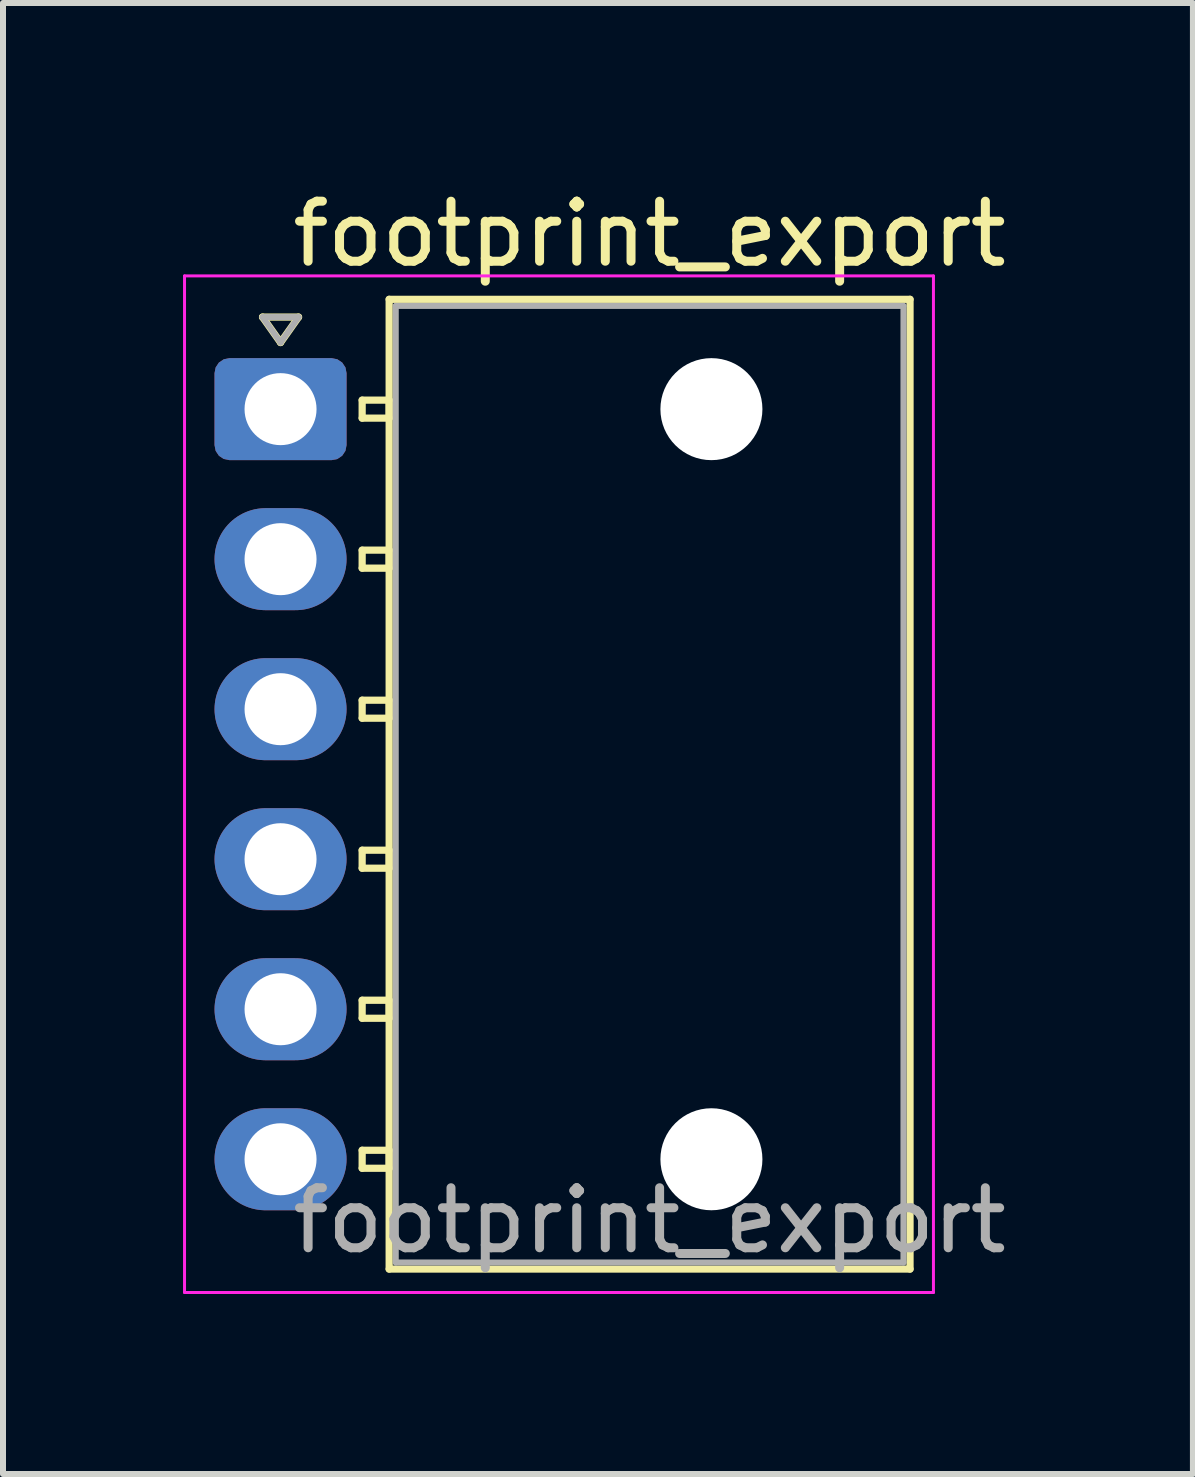
<source format=kicad_pcb>
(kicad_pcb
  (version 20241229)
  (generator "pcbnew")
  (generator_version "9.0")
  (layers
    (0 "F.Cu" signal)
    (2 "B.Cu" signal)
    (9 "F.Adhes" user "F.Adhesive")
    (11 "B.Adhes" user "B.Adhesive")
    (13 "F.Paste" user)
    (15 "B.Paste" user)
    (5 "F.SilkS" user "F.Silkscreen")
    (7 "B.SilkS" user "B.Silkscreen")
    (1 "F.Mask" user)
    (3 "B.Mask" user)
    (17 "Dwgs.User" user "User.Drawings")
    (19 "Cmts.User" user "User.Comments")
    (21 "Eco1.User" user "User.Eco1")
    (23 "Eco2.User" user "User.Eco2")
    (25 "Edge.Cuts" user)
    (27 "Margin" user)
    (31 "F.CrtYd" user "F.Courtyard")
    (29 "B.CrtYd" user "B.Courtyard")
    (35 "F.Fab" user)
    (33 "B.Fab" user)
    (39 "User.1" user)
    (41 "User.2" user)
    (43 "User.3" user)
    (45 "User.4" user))
  (footprint "footprint_export"
    (layer "F.Cu")
    (at 1.625 3.768)
    (property "Reference" "footprint_export" (at 6.15 -2.92 0) (layer "F.SilkS") (effects (font (size 1 1) (thickness 0.15))))
    (attr through_hole)
    (fp_line (start -0.3 -1.534) (end 0 -1.11) (stroke (width 0.12) (type solid)) (layer "F.SilkS"))
    (fp_line (start 0 -1.11) (end 0.3 -1.534) (stroke (width 0.12) (type solid)) (layer "F.SilkS"))
    (fp_line (start 0.3 -1.534) (end -0.3 -1.534) (stroke (width 0.12) (type solid)) (layer "F.SilkS"))
    (fp_line (start 1.36 -0.15) (end 1.36 0.15) (stroke (width 0.12) (type solid)) (layer "F.SilkS"))
    (fp_line (start 1.36 0.15) (end 1.81 0.15) (stroke (width 0.12) (type solid)) (layer "F.SilkS"))
    (fp_line (start 1.36 2.35) (end 1.36 2.65) (stroke (width 0.12) (type solid)) (layer "F.SilkS"))
    (fp_line (start 1.36 2.65) (end 1.81 2.65) (stroke (width 0.12) (type solid)) (layer "F.SilkS"))
    (fp_line (start 1.36 4.85) (end 1.36 5.15) (stroke (width 0.12) (type solid)) (layer "F.SilkS"))
    (fp_line (start 1.36 5.15) (end 1.81 5.15) (stroke (width 0.12) (type solid)) (layer "F.SilkS"))
    (fp_line (start 1.36 7.35) (end 1.36 7.65) (stroke (width 0.12) (type solid)) (layer "F.SilkS"))
    (fp_line (start 1.36 7.65) (end 1.81 7.65) (stroke (width 0.12) (type solid)) (layer "F.SilkS"))
    (fp_line (start 1.36 9.85) (end 1.36 10.15) (stroke (width 0.12) (type solid)) (layer "F.SilkS"))
    (fp_line (start 1.36 10.15) (end 1.81 10.15) (stroke (width 0.12) (type solid)) (layer "F.SilkS"))
    (fp_line (start 1.36 12.35) (end 1.36 12.65) (stroke (width 0.12) (type solid)) (layer "F.SilkS"))
    (fp_line (start 1.36 12.65) (end 1.81 12.65) (stroke (width 0.12) (type solid)) (layer "F.SilkS"))
    (fp_line (start 1.81 -1.83) (end 1.81 14.33) (stroke (width 0.12) (type solid)) (layer "F.SilkS"))
    (fp_line (start 1.81 -0.15) (end 1.36 -0.15) (stroke (width 0.12) (type solid)) (layer "F.SilkS"))
    (fp_line (start 1.81 0.15) (end 1.81 -0.15) (stroke (width 0.12) (type solid)) (layer "F.SilkS"))
    (fp_line (start 1.81 2.35) (end 1.36 2.35) (stroke (width 0.12) (type solid)) (layer "F.SilkS"))
    (fp_line (start 1.81 2.65) (end 1.81 2.35) (stroke (width 0.12) (type solid)) (layer "F.SilkS"))
    (fp_line (start 1.81 4.85) (end 1.36 4.85) (stroke (width 0.12) (type solid)) (layer "F.SilkS"))
    (fp_line (start 1.81 5.15) (end 1.81 4.85) (stroke (width 0.12) (type solid)) (layer "F.SilkS"))
    (fp_line (start 1.81 7.35) (end 1.36 7.35) (stroke (width 0.12) (type solid)) (layer "F.SilkS"))
    (fp_line (start 1.81 7.65) (end 1.81 7.35) (stroke (width 0.12) (type solid)) (layer "F.SilkS"))
    (fp_line (start 1.81 9.85) (end 1.36 9.85) (stroke (width 0.12) (type solid)) (layer "F.SilkS"))
    (fp_line (start 1.81 10.15) (end 1.81 9.85) (stroke (width 0.12) (type solid)) (layer "F.SilkS"))
    (fp_line (start 1.81 12.35) (end 1.36 12.35) (stroke (width 0.12) (type solid)) (layer "F.SilkS"))
    (fp_line (start 1.81 12.65) (end 1.81 12.35) (stroke (width 0.12) (type solid)) (layer "F.SilkS"))
    (fp_line (start 1.81 14.33) (end 10.49 14.33) (stroke (width 0.12) (type solid)) (layer "F.SilkS"))
    (fp_line (start 10.49 -1.83) (end 1.81 -1.83) (stroke (width 0.12) (type solid)) (layer "F.SilkS"))
    (fp_line (start 10.49 14.33) (end 10.49 -1.83) (stroke (width 0.12) (type solid)) (layer "F.SilkS"))
    (fp_line (start -1.6 -2.22) (end -1.6 14.72) (stroke (width 0.05) (type solid)) (layer "F.CrtYd"))
    (fp_line (start -1.6 14.72) (end 10.88 14.72) (stroke (width 0.05) (type solid)) (layer "F.CrtYd"))
    (fp_line (start 10.88 -2.22) (end -1.6 -2.22) (stroke (width 0.05) (type solid)) (layer "F.CrtYd"))
    (fp_line (start 10.88 14.72) (end 10.88 -2.22) (stroke (width 0.05) (type solid)) (layer "F.CrtYd"))
    (fp_line (start -0.3 -1.534) (end 0 -1.11) (stroke (width 0.1) (type solid)) (layer "F.Fab"))
    (fp_line (start 0 -1.11) (end 0.3 -1.534) (stroke (width 0.1) (type solid)) (layer "F.Fab"))
    (fp_line (start 0.3 -1.534) (end -0.3 -1.534) (stroke (width 0.1) (type solid)) (layer "F.Fab"))
    (fp_line (start 1.92 -1.72) (end 1.92 14.22) (stroke (width 0.1) (type solid)) (layer "F.Fab"))
    (fp_line (start 1.92 14.22) (end 10.38 14.22) (stroke (width 0.1) (type solid)) (layer "F.Fab"))
    (fp_line (start 10.38 -1.72) (end 1.92 -1.72) (stroke (width 0.1) (type solid)) (layer "F.Fab"))
    (fp_line (start 10.38 14.22) (end 10.38 -1.72) (stroke (width 0.1) (type solid)) (layer "F.Fab"))
    (fp_text user "${REFERENCE}" (at 6.15 13.52 0) (layer "F.Fab") (effects (font (size 1 1) (thickness 0.15))))
    (pad "" np_thru_hole circle (at 7.18 0) (size 1.7 1.7) (drill 1.7) (layers "*.Cu" "*.Mask"))
    (pad "" np_thru_hole circle (at 7.18 12.5) (size 1.7 1.7) (drill 1.7) (layers "*.Cu" "*.Mask"))
    (pad "1" thru_hole roundrect (at 0 0) (size 2.2 1.7) (drill 1.2) (layers "*.Cu" "*.Mask") (roundrect_rratio 0.147))
    (pad "2" thru_hole oval (at 0 2.5) (size 2.2 1.7) (drill 1.2) (layers "*.Cu" "*.Mask"))
    (pad "3" thru_hole oval (at 0 5) (size 2.2 1.7) (drill 1.2) (layers "*.Cu" "*.Mask"))
    (pad "4" thru_hole oval (at 0 7.5) (size 2.2 1.7) (drill 1.2) (layers "*.Cu" "*.Mask"))
    (pad "5" thru_hole oval (at 0 10) (size 2.2 1.7) (drill 1.2) (layers "*.Cu" "*.Mask"))
    (pad "6" thru_hole oval (at 0 12.5) (size 2.2 1.7) (drill 1.2) (layers "*.Cu" "*.Mask")))
  (gr_rect
    (start -3 -3)
    (end 16.829 21.513)
    (stroke (width 0.1) (type default))
    (fill no)
    (layer "Edge.Cuts")))
</source>
